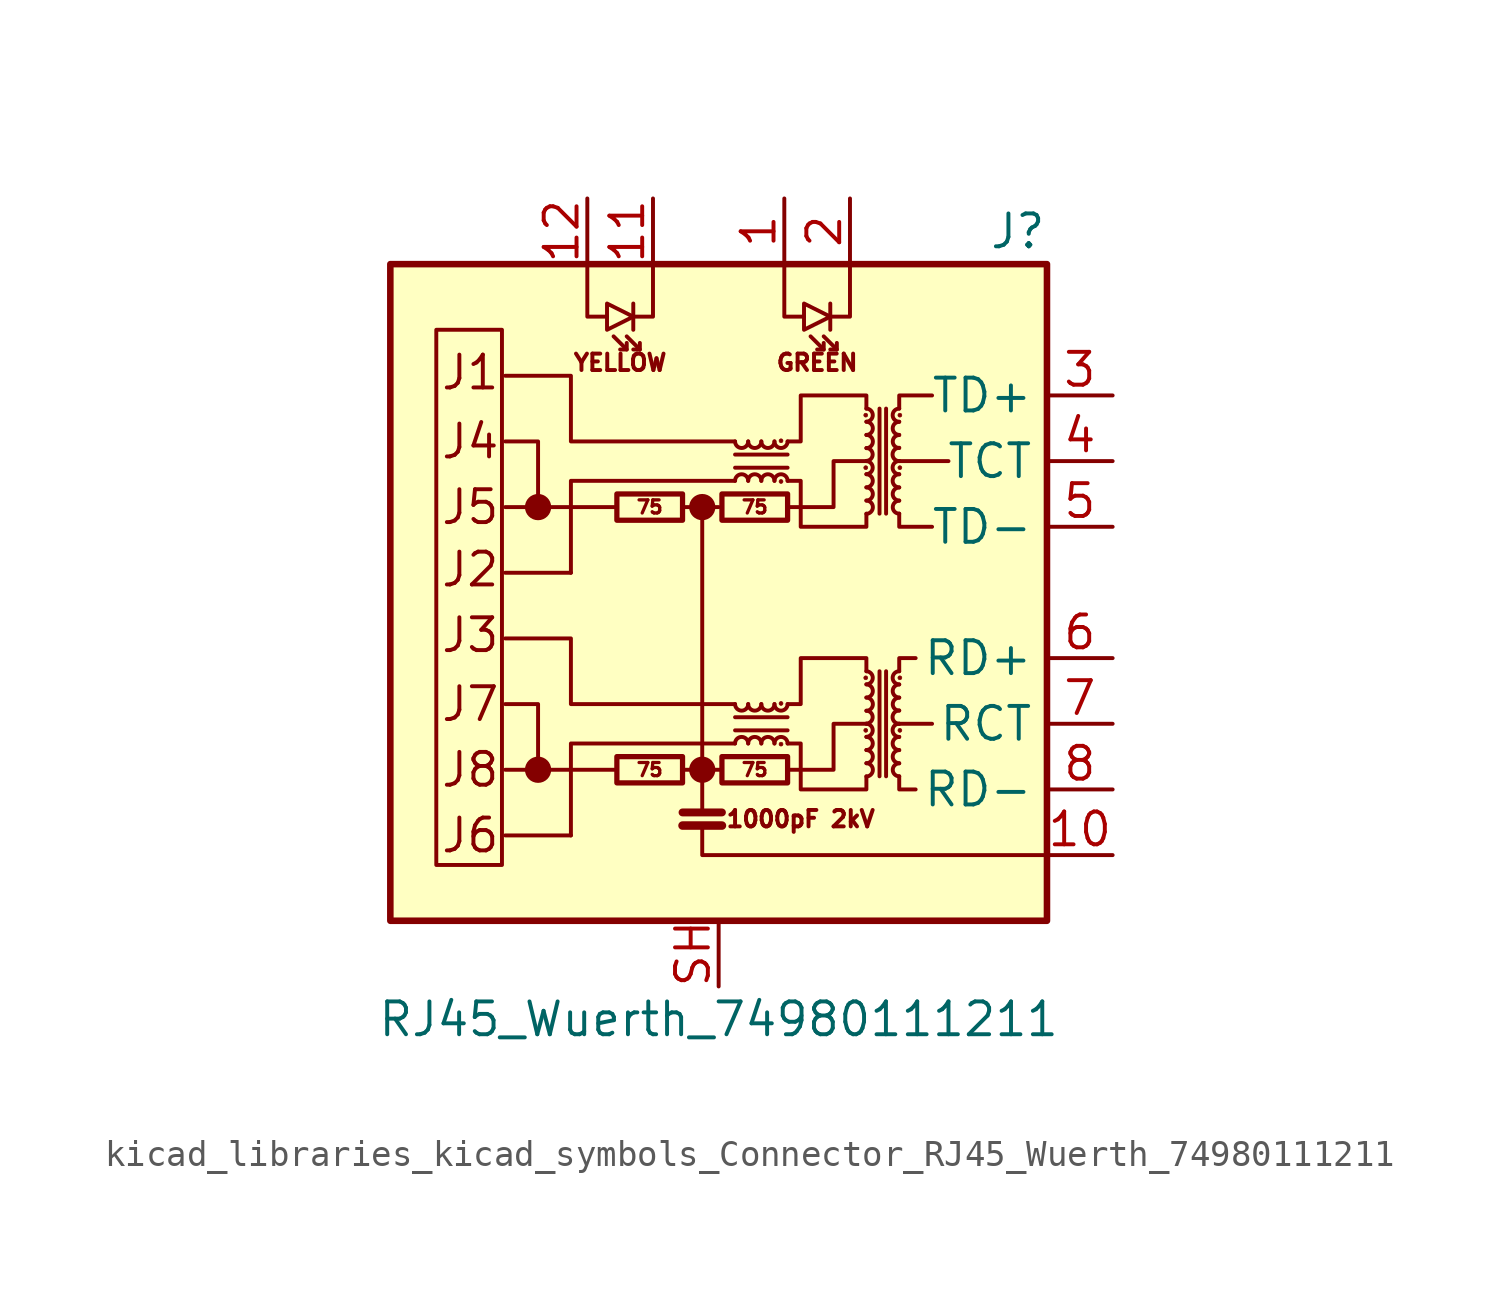
<source format=kicad_sym>
(kicad_symbol_lib
  (version 20220914)
  (generator kicad_symbol_editor)
  (symbol "kicad_libraries_kicad_symbols_Connector_RJ45_Wuerth_74980111211"
    (property "Reference" "J"
      (at 12.7 13.97 0)
      (effects (font (size 1.27 1.27)) (justify right)))
    (property "Value" "RJ45_Wuerth_74980111211"
      (at 0 -16.51 0)
      (effects (font (size 1.27 1.27))))
    (symbol "kicad_libraries_kicad_symbols_Connector_RJ45_Wuerth_74980111211_0_0"
      (rectangle (start -12.7 12.7) (end 12.7 -12.7) (stroke (width 0.254) (type default)) (fill (type background)))
      (circle (center -6.985 -6.858) (radius 0.0001) (stroke (width 0.508) (type default)) (fill (type none)))
      (circle (center -6.985 3.302) (radius 0.0001) (stroke (width 0.508) (type default)) (fill (type none)))
      (circle (center -0.635 -6.858) (radius 0.0001) (stroke (width 0.508) (type default)) (fill (type none)))
      (circle (center -0.635 3.302) (radius 0.0001) (stroke (width 0.508) (type default)) (fill (type none)))
      (polyline (pts (xy -3.937 -6.858) (xy -8.255 -6.858)) (stroke (width 0) (type default)) (fill (type none)))
      (polyline (pts (xy -3.937 3.302) (xy -8.255 3.302)) (stroke (width 0) (type default)) (fill (type none)))
      (polyline (pts (xy 8.255 -5.08) (xy 6.985 -5.08)) (stroke (width 0) (type default)) (fill (type none)))
      (polyline (pts (xy 8.89 5.08) (xy 6.985 5.08)) (stroke (width 0) (type default)) (fill (type none)))
      (polyline (pts (xy -0.635 -9.017) (xy -0.635 -10.16) (xy 12.7 -10.16)) (stroke (width 0) (type default)) (fill (type none)))
      (polyline (pts (xy 0.635 -4.318) (xy -5.715 -4.318) (xy -5.715 -1.778) (xy -8.255 -1.778)) (stroke (width 0) (type default)) (fill (type none)))
      (polyline (pts (xy 0.635 5.842) (xy -5.715 5.842) (xy -5.715 8.382) (xy -8.255 8.382)) (stroke (width 0) (type default)) (fill (type none)))
      (polyline (pts (xy 2.667 -6.858) (xy 4.445 -6.858) (xy 4.445 -5.08) (xy 5.715 -5.08)) (stroke (width 0) (type default)) (fill (type none)))
      (polyline (pts (xy 2.667 3.302) (xy 4.445 3.302) (xy 4.445 5.08) (xy 5.715 5.08)) (stroke (width 0) (type default)) (fill (type none)))
      (text "1000pF 2kV" (at 3.175 -8.763 0) (effects (font (size 0.635 0.635))))
      (text "GREEN" (at 3.81 8.89 0) (effects (font (size 0.635 0.635))))
      (text "J1" (at -10.795 8.509 0) (effects (font (size 1.27 1.27)) (justify left)))
      (text "J2" (at -10.795 0.889 0) (effects (font (size 1.27 1.27)) (justify left)))
      (text "J3" (at -10.795 -1.651 0) (effects (font (size 1.27 1.27)) (justify left)))
      (text "J4" (at -10.795 5.842 0) (effects (font (size 1.27 1.27)) (justify left)))
      (text "J5" (at -10.795 3.302 0) (effects (font (size 1.27 1.27)) (justify left)))
      (text "J6" (at -10.795 -9.398 0) (effects (font (size 1.27 1.27)) (justify left)))
      (text "J7" (at -10.795 -4.318 0) (effects (font (size 1.27 1.27)) (justify left)))
      (text "J8" (at -10.795 -6.858 0) (effects (font (size 1.27 1.27)) (justify left)))
      (text "YELLOW" (at -3.81 8.89 0) (effects (font (size 0.635 0.635)))))
    (symbol "kicad_libraries_kicad_symbols_Connector_RJ45_Wuerth_74980111211_0_1"
      (rectangle (start -8.382 -10.541) (end -10.922 10.16) (stroke (width 0) (type default)) (fill (type none)))
      (rectangle (start -3.937 -7.366) (end -1.397 -6.35) (stroke (width 0.203) (type default)) (fill (type none)))
      (rectangle (start -3.937 2.794) (end -1.397 3.81) (stroke (width 0.203) (type default)) (fill (type none)))
      (polyline (pts (xy -5.715 -9.398) (xy -8.255 -9.398)) (stroke (width 0) (type default)) (fill (type none)))
      (polyline (pts (xy -5.715 0.762) (xy -8.255 0.762)) (stroke (width 0) (type default)) (fill (type none)))
      (polyline (pts (xy -3.556 9.398) (xy -4.064 9.906)) (stroke (width 0) (type default)) (fill (type none)))
      (polyline (pts (xy -3.302 11.176) (xy -3.302 10.16)) (stroke (width 0) (type default)) (fill (type none)))
      (polyline (pts (xy -3.048 9.398) (xy -3.556 9.906)) (stroke (width 0) (type default)) (fill (type none)))
      (polyline (pts (xy -1.397 -9.017) (xy 0.127 -9.017)) (stroke (width 0.33) (type default)) (fill (type none)))
      (polyline (pts (xy -1.397 -8.509) (xy 0.127 -8.509)) (stroke (width 0.305) (type default)) (fill (type none)))
      (polyline (pts (xy -0.635 3.302) (xy -1.397 3.302)) (stroke (width 0) (type default)) (fill (type none)))
      (polyline (pts (xy 0.127 -6.858) (xy -1.397 -6.858)) (stroke (width 0) (type default)) (fill (type none)))
      (polyline (pts (xy 0.635 -5.334) (xy 2.667 -5.334)) (stroke (width 0) (type default)) (fill (type none)))
      (polyline (pts (xy 0.635 4.826) (xy 2.667 4.826)) (stroke (width 0) (type default)) (fill (type none)))
      (polyline (pts (xy 2.667 -4.826) (xy 0.635 -4.826)) (stroke (width 0) (type default)) (fill (type none)))
      (polyline (pts (xy 2.667 5.334) (xy 0.635 5.334)) (stroke (width 0) (type default)) (fill (type none)))
      (polyline (pts (xy 4.064 9.398) (xy 3.556 9.906)) (stroke (width 0) (type default)) (fill (type none)))
      (polyline (pts (xy 4.318 11.176) (xy 4.318 10.16)) (stroke (width 0) (type default)) (fill (type none)))
      (polyline (pts (xy 4.572 9.398) (xy 4.064 9.906)) (stroke (width 0) (type default)) (fill (type none)))
      (polyline (pts (xy 6.223 -3.048) (xy 6.223 -7.112)) (stroke (width 0) (type default)) (fill (type none)))
      (polyline (pts (xy 6.223 7.112) (xy 6.223 3.048)) (stroke (width 0) (type default)) (fill (type none)))
      (polyline (pts (xy 6.477 -7.112) (xy 6.477 -3.048)) (stroke (width 0) (type default)) (fill (type none)))
      (polyline (pts (xy 6.477 3.048) (xy 6.477 7.112)) (stroke (width 0) (type default)) (fill (type none)))
      (polyline (pts (xy -6.985 -6.858) (xy -6.985 -4.318) (xy -8.255 -4.318)) (stroke (width 0) (type default)) (fill (type none)))
      (polyline (pts (xy -6.985 3.302) (xy -6.985 5.842) (xy -8.255 5.842)) (stroke (width 0) (type default)) (fill (type none)))
      (polyline (pts (xy -5.08 12.7) (xy -5.08 10.668) (xy -4.318 10.668)) (stroke (width 0) (type default)) (fill (type none)))
      (polyline (pts (xy -3.556 9.652) (xy -3.556 9.398) (xy -3.81 9.398)) (stroke (width 0) (type default)) (fill (type none)))
      (polyline (pts (xy -3.048 9.652) (xy -3.048 9.398) (xy -3.302 9.398)) (stroke (width 0) (type default)) (fill (type none)))
      (polyline (pts (xy -2.54 12.7) (xy -2.54 10.668) (xy -3.302 10.668)) (stroke (width 0) (type default)) (fill (type none)))
      (polyline (pts (xy -0.635 -8.509) (xy -0.635 3.302) (xy 0 3.302)) (stroke (width 0) (type default)) (fill (type none)))
      (polyline (pts (xy 0.635 -5.842) (xy -5.715 -5.842) (xy -5.715 -9.398)) (stroke (width 0) (type default)) (fill (type none)))
      (polyline (pts (xy 0.635 4.318) (xy -5.715 4.318) (xy -5.715 0.762)) (stroke (width 0) (type default)) (fill (type none)))
      (polyline (pts (xy 2.54 12.7) (xy 2.54 10.668) (xy 3.302 10.668)) (stroke (width 0) (type default)) (fill (type none)))
      (polyline (pts (xy 4.064 9.652) (xy 4.064 9.398) (xy 3.81 9.398)) (stroke (width 0) (type default)) (fill (type none)))
      (polyline (pts (xy 4.572 9.652) (xy 4.572 9.398) (xy 4.318 9.398)) (stroke (width 0) (type default)) (fill (type none)))
      (polyline (pts (xy 5.08 12.7) (xy 5.08 10.668) (xy 4.318 10.668)) (stroke (width 0) (type default)) (fill (type none)))
      (polyline (pts (xy 6.985 -7.112) (xy 6.985 -7.62) (xy 7.62 -7.62)) (stroke (width 0) (type default)) (fill (type none)))
      (polyline (pts (xy 6.985 -3.048) (xy 6.985 -2.54) (xy 7.62 -2.54)) (stroke (width 0) (type default)) (fill (type none)))
      (polyline (pts (xy 6.985 3.048) (xy 6.985 2.54) (xy 8.255 2.54)) (stroke (width 0) (type default)) (fill (type none)))
      (polyline (pts (xy 6.985 7.112) (xy 6.985 7.62) (xy 8.255 7.62)) (stroke (width 0) (type default)) (fill (type none)))
      (polyline (pts (xy -3.302 10.668) (xy -4.318 11.176) (xy -4.318 10.16) (xy -3.302 10.668)) (stroke (width 0) (type default)) (fill (type none)))
      (polyline (pts (xy 4.318 10.668) (xy 3.302 11.176) (xy 3.302 10.16) (xy 4.318 10.668)) (stroke (width 0) (type default)) (fill (type none)))
      (polyline (pts (xy 2.667 -4.318) (xy 3.175 -4.318) (xy 3.175 -2.54) (xy 5.715 -2.54) (xy 5.715 -3.048)) (stroke (width 0) (type default)) (fill (type none)))
      (polyline (pts (xy 2.667 5.842) (xy 3.175 5.842) (xy 3.175 7.62) (xy 5.715 7.62) (xy 5.715 7.112)) (stroke (width 0) (type default)) (fill (type none)))
      (polyline (pts (xy 5.715 -7.112) (xy 5.715 -7.62) (xy 3.175 -7.62) (xy 3.175 -5.842) (xy 2.667 -5.842)) (stroke (width 0) (type default)) (fill (type none)))
      (polyline (pts (xy 5.715 3.048) (xy 5.715 2.54) (xy 3.175 2.54) (xy 3.175 4.318) (xy 2.667 4.318)) (stroke (width 0) (type default)) (fill (type none)))
      (rectangle (start 0.127 -7.366) (end 2.667 -6.35) (stroke (width 0.203) (type default)) (fill (type none)))
      (rectangle (start 0.127 2.794) (end 2.667 3.81) (stroke (width 0.203) (type default)) (fill (type none)))
      (arc (start 0.635 -4.318) (mid 0.889 -4.5709) (end 1.143 -4.318) (stroke (width 0) (type default)) (fill (type none)))
      (arc (start 0.635 5.842) (mid 0.889 5.5891) (end 1.143 5.842) (stroke (width 0) (type default)) (fill (type none)))
      (arc (start 1.143 -5.842) (mid 0.889 -5.5891) (end 0.635 -5.842) (stroke (width 0) (type default)) (fill (type none)))
      (arc (start 1.143 -4.318) (mid 1.397 -4.5709) (end 1.651 -4.318) (stroke (width 0) (type default)) (fill (type none)))
      (arc (start 1.143 4.318) (mid 0.889 4.5709) (end 0.635 4.318) (stroke (width 0) (type default)) (fill (type none)))
      (arc (start 1.143 5.842) (mid 1.397 5.5891) (end 1.651 5.842) (stroke (width 0) (type default)) (fill (type none)))
      (arc (start 1.651 -5.842) (mid 1.397 -5.5891) (end 1.143 -5.842) (stroke (width 0) (type default)) (fill (type none)))
      (arc (start 1.651 -4.318) (mid 1.905 -4.5709) (end 2.159 -4.318) (stroke (width 0) (type default)) (fill (type none)))
      (arc (start 1.651 4.318) (mid 1.397 4.5709) (end 1.143 4.318) (stroke (width 0) (type default)) (fill (type none)))
      (arc (start 1.651 5.842) (mid 1.905 5.5891) (end 2.159 5.842) (stroke (width 0) (type default)) (fill (type none)))
      (arc (start 2.159 -5.842) (mid 1.905 -5.5891) (end 1.651 -5.842) (stroke (width 0) (type default)) (fill (type none)))
      (arc (start 2.159 -4.318) (mid 2.413 -4.5709) (end 2.667 -4.318) (stroke (width 0) (type default)) (fill (type none)))
      (arc (start 2.159 4.318) (mid 1.905 4.5709) (end 1.651 4.318) (stroke (width 0) (type default)) (fill (type none)))
      (arc (start 2.159 5.842) (mid 2.413 5.5891) (end 2.667 5.842) (stroke (width 0) (type default)) (fill (type none)))
      (circle (center 2.413 -5.867) (radius 0.076) (stroke (width 0.025) (type default)) (fill (type outline)))
      (circle (center 2.413 -4.293) (radius 0.076) (stroke (width 0.025) (type default)) (fill (type outline)))
      (circle (center 2.413 4.293) (radius 0.076) (stroke (width 0.025) (type default)) (fill (type outline)))
      (circle (center 2.413 5.867) (radius 0.076) (stroke (width 0.025) (type default)) (fill (type outline)))
      (arc (start 2.667 -5.842) (mid 2.413 -5.5891) (end 2.159 -5.842) (stroke (width 0) (type default)) (fill (type none)))
      (arc (start 2.667 4.318) (mid 2.413 4.5709) (end 2.159 4.318) (stroke (width 0) (type default)) (fill (type none)))
      (circle (center 5.69 -5.334) (radius 0.076) (stroke (width 0.025) (type default)) (fill (type outline)))
      (circle (center 5.69 -3.302) (radius 0.076) (stroke (width 0.025) (type default)) (fill (type outline)))
      (circle (center 5.69 4.826) (radius 0.076) (stroke (width 0.025) (type default)) (fill (type outline)))
      (circle (center 5.69 6.858) (radius 0.076) (stroke (width 0.025) (type default)) (fill (type outline)))
      (arc (start 5.715 -7.112) (mid 5.9679 -6.858) (end 5.715 -6.604) (stroke (width 0) (type default)) (fill (type none)))
      (arc (start 5.715 -6.604) (mid 5.9679 -6.35) (end 5.715 -6.096) (stroke (width 0) (type default)) (fill (type none)))
      (arc (start 5.715 -6.096) (mid 5.9679 -5.842) (end 5.715 -5.588) (stroke (width 0) (type default)) (fill (type none)))
      (arc (start 5.715 -5.588) (mid 5.9679 -5.334) (end 5.715 -5.08) (stroke (width 0) (type default)) (fill (type none)))
      (arc (start 5.715 -5.08) (mid 5.9679 -4.826) (end 5.715 -4.572) (stroke (width 0) (type default)) (fill (type none)))
      (arc (start 5.715 -4.572) (mid 5.9679 -4.318) (end 5.715 -4.064) (stroke (width 0) (type default)) (fill (type none)))
      (arc (start 5.715 -4.064) (mid 5.9679 -3.81) (end 5.715 -3.556) (stroke (width 0) (type default)) (fill (type none)))
      (arc (start 5.715 -3.556) (mid 5.9679 -3.302) (end 5.715 -3.048) (stroke (width 0) (type default)) (fill (type none)))
      (arc (start 5.715 3.048) (mid 5.9679 3.302) (end 5.715 3.556) (stroke (width 0) (type default)) (fill (type none)))
      (arc (start 5.715 3.556) (mid 5.9679 3.81) (end 5.715 4.064) (stroke (width 0) (type default)) (fill (type none)))
      (arc (start 5.715 4.064) (mid 5.9679 4.318) (end 5.715 4.572) (stroke (width 0) (type default)) (fill (type none)))
      (arc (start 5.715 4.572) (mid 5.9679 4.826) (end 5.715 5.08) (stroke (width 0) (type default)) (fill (type none)))
      (arc (start 5.715 5.08) (mid 5.9679 5.334) (end 5.715 5.588) (stroke (width 0) (type default)) (fill (type none)))
      (arc (start 5.715 5.588) (mid 5.9679 5.842) (end 5.715 6.096) (stroke (width 0) (type default)) (fill (type none)))
      (arc (start 5.715 6.096) (mid 5.9679 6.35) (end 5.715 6.604) (stroke (width 0) (type default)) (fill (type none)))
      (arc (start 5.715 6.604) (mid 5.9679 6.858) (end 5.715 7.112) (stroke (width 0) (type default)) (fill (type none)))
      (arc (start 6.985 -6.604) (mid 6.7321 -6.858) (end 6.985 -7.112) (stroke (width 0) (type default)) (fill (type none)))
      (arc (start 6.985 -6.096) (mid 6.7321 -6.35) (end 6.985 -6.604) (stroke (width 0) (type default)) (fill (type none)))
      (arc (start 6.985 -5.588) (mid 6.7321 -5.842) (end 6.985 -6.096) (stroke (width 0) (type default)) (fill (type none)))
      (arc (start 6.985 -5.08) (mid 6.7321 -5.334) (end 6.985 -5.588) (stroke (width 0) (type default)) (fill (type none)))
      (arc (start 6.985 -4.572) (mid 6.7321 -4.826) (end 6.985 -5.08) (stroke (width 0) (type default)) (fill (type none)))
      (arc (start 6.985 -4.064) (mid 6.7321 -4.318) (end 6.985 -4.572) (stroke (width 0) (type default)) (fill (type none)))
      (arc (start 6.985 -3.556) (mid 6.7321 -3.81) (end 6.985 -4.064) (stroke (width 0) (type default)) (fill (type none)))
      (arc (start 6.985 -3.048) (mid 6.7321 -3.302) (end 6.985 -3.556) (stroke (width 0) (type default)) (fill (type none)))
      (arc (start 6.985 3.556) (mid 6.7321 3.302) (end 6.985 3.048) (stroke (width 0) (type default)) (fill (type none)))
      (arc (start 6.985 4.064) (mid 6.7321 3.81) (end 6.985 3.556) (stroke (width 0) (type default)) (fill (type none)))
      (arc (start 6.985 4.572) (mid 6.7321 4.318) (end 6.985 4.064) (stroke (width 0) (type default)) (fill (type none)))
      (arc (start 6.985 5.08) (mid 6.7321 4.826) (end 6.985 4.572) (stroke (width 0) (type default)) (fill (type none)))
      (arc (start 6.985 5.588) (mid 6.7321 5.334) (end 6.985 5.08) (stroke (width 0) (type default)) (fill (type none)))
      (arc (start 6.985 6.096) (mid 6.7321 5.842) (end 6.985 5.588) (stroke (width 0) (type default)) (fill (type none)))
      (arc (start 6.985 6.604) (mid 6.7321 6.35) (end 6.985 6.096) (stroke (width 0) (type default)) (fill (type none)))
      (arc (start 6.985 7.112) (mid 6.7321 6.858) (end 6.985 6.604) (stroke (width 0) (type default)) (fill (type none)))
      (circle (center 7.01 -5.334) (radius 0.076) (stroke (width 0.025) (type default)) (fill (type outline)))
      (circle (center 7.01 -3.302) (radius 0.076) (stroke (width 0.025) (type default)) (fill (type outline)))
      (circle (center 7.01 4.826) (radius 0.076) (stroke (width 0.025) (type default)) (fill (type outline)))
      (circle (center 7.01 6.858) (radius 0.076) (stroke (width 0.025) (type default)) (fill (type outline))))
    (symbol "kicad_libraries_kicad_symbols_Connector_RJ45_Wuerth_74980111211_1_0"
      (text "75" (at -2.667 -6.858 0) (effects (font (size 0.508 0.508))))
      (text "75" (at -2.667 3.302 0) (effects (font (size 0.508 0.508))))
      (text "75" (at 1.397 -6.858 0) (effects (font (size 0.508 0.508))))
      (text "75" (at 1.397 3.302 0) (effects (font (size 0.508 0.508)))))
    (symbol "kicad_libraries_kicad_symbols_Connector_RJ45_Wuerth_74980111211_1_1"
      (pin passive line (at 2.54 15.24 270) (length 2.54) (name "~" (effects (font (size 1.27 1.27)))) (number "1" (effects (font (size 1.27 1.27)))))
      (pin passive line (at 15.24 -10.16 180) (length 2.54) (name "~" (effects (font (size 1.27 1.27)))) (number "10" (effects (font (size 1.27 1.27)))))
      (pin passive line (at -2.54 15.24 270) (length 2.54) (name "~" (effects (font (size 1.27 1.27)))) (number "11" (effects (font (size 1.27 1.27)))))
      (pin passive line (at -5.08 15.24 270) (length 2.54) (name "~" (effects (font (size 1.27 1.27)))) (number "12" (effects (font (size 1.27 1.27)))))
      (pin passive line (at 5.08 15.24 270) (length 2.54) (name "~" (effects (font (size 1.27 1.27)))) (number "2" (effects (font (size 1.27 1.27)))))
      (pin passive line (at 15.24 7.62 180) (length 2.54) (name "TD+" (effects (font (size 1.27 1.27)))) (number "3" (effects (font (size 1.27 1.27)))))
      (pin passive line (at 15.24 5.08 180) (length 2.54) (name "TCT" (effects (font (size 1.27 1.27)))) (number "4" (effects (font (size 1.27 1.27)))))
      (pin passive line (at 15.24 2.54 180) (length 2.54) (name "TD-" (effects (font (size 1.27 1.27)))) (number "5" (effects (font (size 1.27 1.27)))))
      (pin passive line (at 15.24 -2.54 180) (length 2.54) (name "RD+" (effects (font (size 1.27 1.27)))) (number "6" (effects (font (size 1.27 1.27)))))
      (pin passive line (at 15.24 -5.08 180) (length 2.54) (name "RCT" (effects (font (size 1.27 1.27)))) (number "7" (effects (font (size 1.27 1.27)))))
      (pin passive line (at 15.24 -7.62 180) (length 2.54) (name "RD-" (effects (font (size 1.27 1.27)))) (number "8" (effects (font (size 1.27 1.27)))))
      (pin passive line (at 0 -15.24 90) (length 2.54) (name "~" (effects (font (size 1.27 1.27)))) (number "SH" (effects (font (size 1.27 1.27))))))))
</source>
